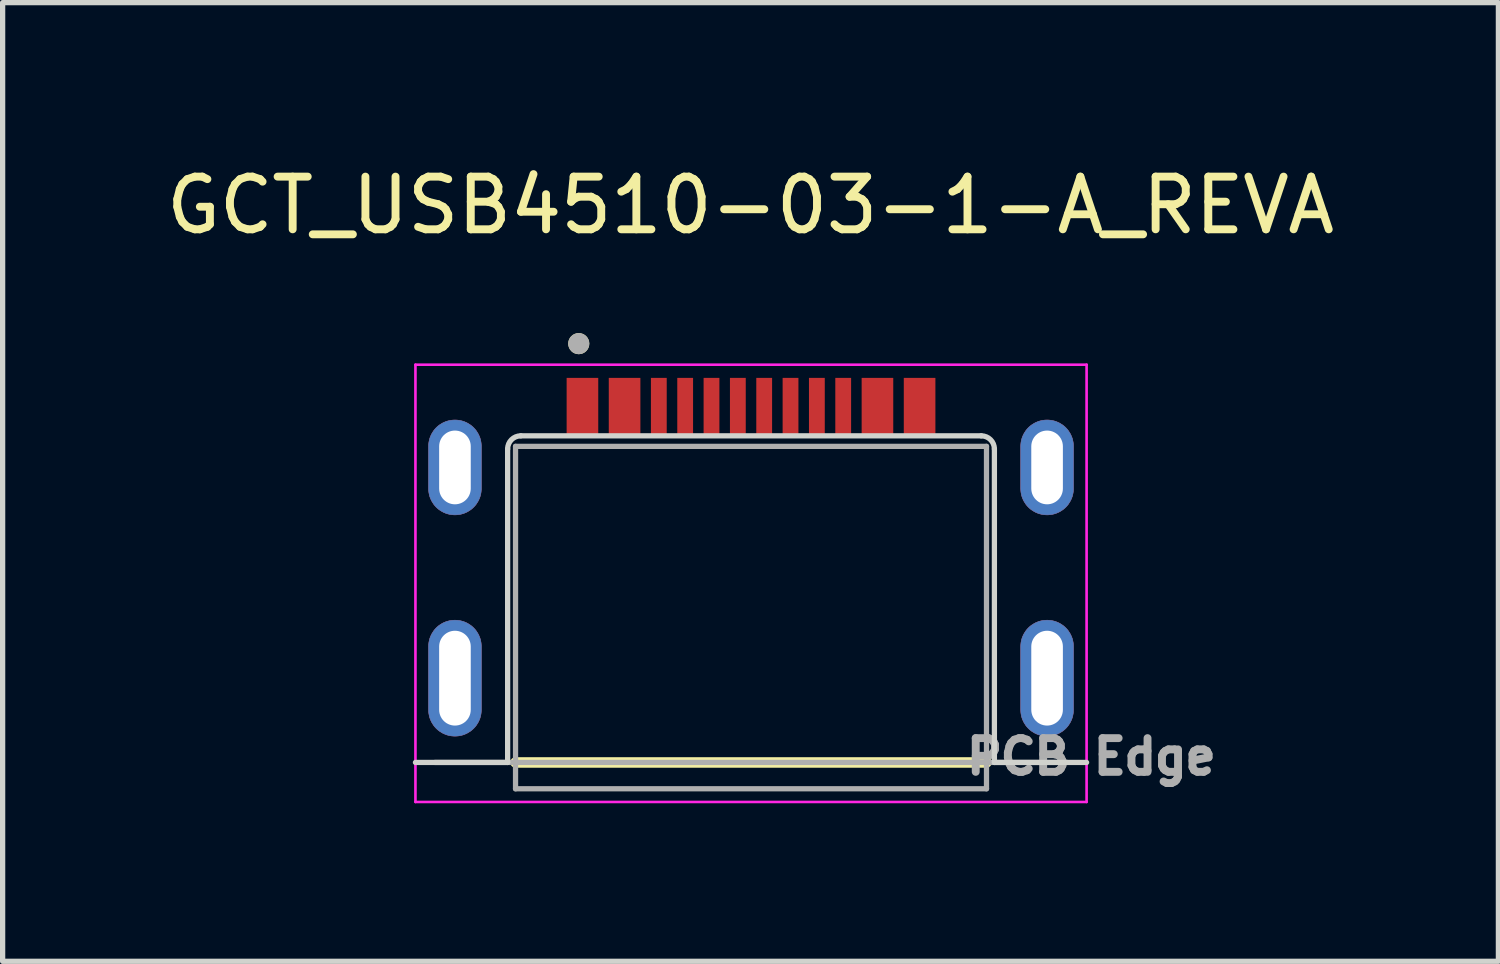
<source format=kicad_pcb>
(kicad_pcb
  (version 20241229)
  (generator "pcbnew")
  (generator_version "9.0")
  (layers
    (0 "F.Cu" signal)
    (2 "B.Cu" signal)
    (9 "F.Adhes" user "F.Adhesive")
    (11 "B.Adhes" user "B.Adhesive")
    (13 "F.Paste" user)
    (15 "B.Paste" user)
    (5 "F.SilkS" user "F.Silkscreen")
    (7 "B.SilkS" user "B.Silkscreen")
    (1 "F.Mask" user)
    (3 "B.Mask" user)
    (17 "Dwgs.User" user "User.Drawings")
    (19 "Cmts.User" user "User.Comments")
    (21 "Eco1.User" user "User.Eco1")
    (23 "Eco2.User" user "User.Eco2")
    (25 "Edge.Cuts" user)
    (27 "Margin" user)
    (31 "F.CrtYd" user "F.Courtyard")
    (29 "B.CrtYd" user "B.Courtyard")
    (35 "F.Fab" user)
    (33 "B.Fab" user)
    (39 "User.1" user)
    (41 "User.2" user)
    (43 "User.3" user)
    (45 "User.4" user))
  (footprint "GCT_USB4510-03-1-A_REVA"
    (layer "F.Cu")
    (at 11.206 9.823)
    (property "Reference" "GCT_USB4510-03-1-A_REVA" (at -0.01 -8.975 0) (layer "F.SilkS") (effects (font (size 1 1) (thickness 0.15))))
    (attr smd)
    (fp_poly (pts (xy -5.62 -3.1) (xy -5.646 -3.101) (xy -5.672 -3.103) (xy -5.698 -3.106) (xy -5.724 -3.111) (xy -5.749 -3.117) (xy -5.775 -3.124) (xy -5.799 -3.133) (xy -5.823 -3.143) (xy -5.847 -3.154) (xy -5.87 -3.167) (xy -5.892 -3.181) (xy -5.914 -3.195) (xy -5.935 -3.211) (xy -5.955 -3.228) (xy -5.974 -3.246) (xy -5.992 -3.265) (xy -6.009 -3.285) (xy -6.025 -3.306) (xy -6.039 -3.328) (xy -6.053 -3.35) (xy -6.066 -3.373) (xy -6.077 -3.397) (xy -6.087 -3.421) (xy -6.096 -3.445) (xy -6.103 -3.471) (xy -6.109 -3.496) (xy -6.114 -3.522) (xy -6.117 -3.548) (xy -6.119 -3.574) (xy -6.12 -3.6) (xy -6.12 -4.4) (xy -6.119 -4.426) (xy -6.117 -4.452) (xy -6.114 -4.478) (xy -6.109 -4.504) (xy -6.103 -4.529) (xy -6.096 -4.555) (xy -6.087 -4.579) (xy -6.077 -4.603) (xy -6.066 -4.627) (xy -6.053 -4.65) (xy -6.039 -4.672) (xy -6.025 -4.694) (xy -6.009 -4.715) (xy -5.992 -4.735) (xy -5.974 -4.754) (xy -5.955 -4.772) (xy -5.935 -4.789) (xy -5.914 -4.805) (xy -5.892 -4.819) (xy -5.87 -4.833) (xy -5.847 -4.846) (xy -5.823 -4.857) (xy -5.799 -4.867) (xy -5.775 -4.876) (xy -5.749 -4.883) (xy -5.724 -4.889) (xy -5.698 -4.894) (xy -5.672 -4.897) (xy -5.646 -4.899) (xy -5.62 -4.9) (xy -5.594 -4.899) (xy -5.568 -4.897) (xy -5.542 -4.894) (xy -5.516 -4.889) (xy -5.491 -4.883) (xy -5.465 -4.876) (xy -5.441 -4.867) (xy -5.417 -4.857) (xy -5.393 -4.846) (xy -5.37 -4.833) (xy -5.348 -4.819) (xy -5.326 -4.805) (xy -5.305 -4.789) (xy -5.285 -4.772) (xy -5.266 -4.754) (xy -5.248 -4.735) (xy -5.231 -4.715) (xy -5.215 -4.694) (xy -5.201 -4.672) (xy -5.187 -4.65) (xy -5.174 -4.627) (xy -5.163 -4.603) (xy -5.153 -4.579) (xy -5.144 -4.555) (xy -5.137 -4.529) (xy -5.131 -4.504) (xy -5.126 -4.478) (xy -5.123 -4.452) (xy -5.121 -4.426) (xy -5.12 -4.4) (xy -5.12 -3.6) (xy -5.121 -3.574) (xy -5.123 -3.548) (xy -5.126 -3.522) (xy -5.131 -3.496) (xy -5.137 -3.471) (xy -5.144 -3.445) (xy -5.153 -3.421) (xy -5.163 -3.397) (xy -5.174 -3.373) (xy -5.187 -3.35) (xy -5.201 -3.328) (xy -5.215 -3.306) (xy -5.231 -3.285) (xy -5.248 -3.265) (xy -5.266 -3.246) (xy -5.285 -3.228) (xy -5.305 -3.211) (xy -5.326 -3.195) (xy -5.348 -3.181) (xy -5.37 -3.167) (xy -5.393 -3.154) (xy -5.417 -3.143) (xy -5.441 -3.133) (xy -5.465 -3.124) (xy -5.491 -3.117) (xy -5.516 -3.111) (xy -5.542 -3.106) (xy -5.568 -3.103) (xy -5.594 -3.101) (xy -5.62 -3.1)) (stroke (width 0.01) (type solid)) (fill yes) (layer "F.Cu"))
    (fp_poly (pts (xy -5.62 1.1) (xy -5.646 1.099) (xy -5.672 1.097) (xy -5.698 1.094) (xy -5.724 1.089) (xy -5.749 1.083) (xy -5.775 1.076) (xy -5.799 1.067) (xy -5.823 1.057) (xy -5.847 1.046) (xy -5.87 1.033) (xy -5.892 1.019) (xy -5.914 1.005) (xy -5.935 0.989) (xy -5.955 0.972) (xy -5.974 0.954) (xy -5.992 0.935) (xy -6.009 0.915) (xy -6.025 0.894) (xy -6.039 0.872) (xy -6.053 0.85) (xy -6.066 0.827) (xy -6.077 0.803) (xy -6.087 0.779) (xy -6.096 0.755) (xy -6.103 0.729) (xy -6.109 0.704) (xy -6.114 0.678) (xy -6.117 0.652) (xy -6.119 0.626) (xy -6.12 0.6) (xy -6.12 -0.6) (xy -6.119 -0.626) (xy -6.117 -0.652) (xy -6.114 -0.678) (xy -6.109 -0.704) (xy -6.103 -0.729) (xy -6.096 -0.755) (xy -6.087 -0.779) (xy -6.077 -0.803) (xy -6.066 -0.827) (xy -6.053 -0.85) (xy -6.039 -0.872) (xy -6.025 -0.894) (xy -6.009 -0.915) (xy -5.992 -0.935) (xy -5.974 -0.954) (xy -5.955 -0.972) (xy -5.935 -0.989) (xy -5.914 -1.005) (xy -5.892 -1.019) (xy -5.87 -1.033) (xy -5.847 -1.046) (xy -5.823 -1.057) (xy -5.799 -1.067) (xy -5.775 -1.076) (xy -5.749 -1.083) (xy -5.724 -1.089) (xy -5.698 -1.094) (xy -5.672 -1.097) (xy -5.646 -1.099) (xy -5.62 -1.1) (xy -5.594 -1.099) (xy -5.568 -1.097) (xy -5.542 -1.094) (xy -5.516 -1.089) (xy -5.491 -1.083) (xy -5.465 -1.076) (xy -5.441 -1.067) (xy -5.417 -1.057) (xy -5.393 -1.046) (xy -5.37 -1.033) (xy -5.348 -1.019) (xy -5.326 -1.005) (xy -5.305 -0.989) (xy -5.285 -0.972) (xy -5.266 -0.954) (xy -5.248 -0.935) (xy -5.231 -0.915) (xy -5.215 -0.894) (xy -5.201 -0.872) (xy -5.187 -0.85) (xy -5.174 -0.827) (xy -5.163 -0.803) (xy -5.153 -0.779) (xy -5.144 -0.755) (xy -5.137 -0.729) (xy -5.131 -0.704) (xy -5.126 -0.678) (xy -5.123 -0.652) (xy -5.121 -0.626) (xy -5.12 -0.6) (xy -5.12 0.6) (xy -5.121 0.626) (xy -5.123 0.652) (xy -5.126 0.678) (xy -5.131 0.704) (xy -5.137 0.729) (xy -5.144 0.755) (xy -5.153 0.779) (xy -5.163 0.803) (xy -5.174 0.827) (xy -5.187 0.85) (xy -5.201 0.872) (xy -5.215 0.894) (xy -5.231 0.915) (xy -5.248 0.935) (xy -5.266 0.954) (xy -5.285 0.972) (xy -5.305 0.989) (xy -5.326 1.005) (xy -5.348 1.019) (xy -5.37 1.033) (xy -5.393 1.046) (xy -5.417 1.057) (xy -5.441 1.067) (xy -5.465 1.076) (xy -5.491 1.083) (xy -5.516 1.089) (xy -5.542 1.094) (xy -5.568 1.097) (xy -5.594 1.099) (xy -5.62 1.1)) (stroke (width 0.01) (type solid)) (fill yes) (layer "F.Cu"))
    (fp_poly (pts (xy 5.62 -3.1) (xy 5.594 -3.101) (xy 5.568 -3.103) (xy 5.542 -3.106) (xy 5.516 -3.111) (xy 5.491 -3.117) (xy 5.465 -3.124) (xy 5.441 -3.133) (xy 5.417 -3.143) (xy 5.393 -3.154) (xy 5.37 -3.167) (xy 5.348 -3.181) (xy 5.326 -3.195) (xy 5.305 -3.211) (xy 5.285 -3.228) (xy 5.266 -3.246) (xy 5.248 -3.265) (xy 5.231 -3.285) (xy 5.215 -3.306) (xy 5.201 -3.328) (xy 5.187 -3.35) (xy 5.174 -3.373) (xy 5.163 -3.397) (xy 5.153 -3.421) (xy 5.144 -3.445) (xy 5.137 -3.471) (xy 5.131 -3.496) (xy 5.126 -3.522) (xy 5.123 -3.548) (xy 5.121 -3.574) (xy 5.12 -3.6) (xy 5.12 -4.4) (xy 5.121 -4.426) (xy 5.123 -4.452) (xy 5.126 -4.478) (xy 5.131 -4.504) (xy 5.137 -4.529) (xy 5.144 -4.555) (xy 5.153 -4.579) (xy 5.163 -4.603) (xy 5.174 -4.627) (xy 5.187 -4.65) (xy 5.201 -4.672) (xy 5.215 -4.694) (xy 5.231 -4.715) (xy 5.248 -4.735) (xy 5.266 -4.754) (xy 5.285 -4.772) (xy 5.305 -4.789) (xy 5.326 -4.805) (xy 5.348 -4.819) (xy 5.37 -4.833) (xy 5.393 -4.846) (xy 5.417 -4.857) (xy 5.441 -4.867) (xy 5.465 -4.876) (xy 5.491 -4.883) (xy 5.516 -4.889) (xy 5.542 -4.894) (xy 5.568 -4.897) (xy 5.594 -4.899) (xy 5.62 -4.9) (xy 5.646 -4.899) (xy 5.672 -4.897) (xy 5.698 -4.894) (xy 5.724 -4.889) (xy 5.749 -4.883) (xy 5.775 -4.876) (xy 5.799 -4.867) (xy 5.823 -4.857) (xy 5.847 -4.846) (xy 5.87 -4.833) (xy 5.892 -4.819) (xy 5.914 -4.805) (xy 5.935 -4.789) (xy 5.955 -4.772) (xy 5.974 -4.754) (xy 5.992 -4.735) (xy 6.009 -4.715) (xy 6.025 -4.694) (xy 6.039 -4.672) (xy 6.053 -4.65) (xy 6.066 -4.627) (xy 6.077 -4.603) (xy 6.087 -4.579) (xy 6.096 -4.555) (xy 6.103 -4.529) (xy 6.109 -4.504) (xy 6.114 -4.478) (xy 6.117 -4.452) (xy 6.119 -4.426) (xy 6.12 -4.4) (xy 6.12 -3.6) (xy 6.119 -3.574) (xy 6.117 -3.548) (xy 6.114 -3.522) (xy 6.109 -3.496) (xy 6.103 -3.471) (xy 6.096 -3.445) (xy 6.087 -3.421) (xy 6.077 -3.397) (xy 6.066 -3.373) (xy 6.053 -3.35) (xy 6.039 -3.328) (xy 6.025 -3.306) (xy 6.009 -3.285) (xy 5.992 -3.265) (xy 5.974 -3.246) (xy 5.955 -3.228) (xy 5.935 -3.211) (xy 5.914 -3.195) (xy 5.892 -3.181) (xy 5.87 -3.167) (xy 5.847 -3.154) (xy 5.823 -3.143) (xy 5.799 -3.133) (xy 5.775 -3.124) (xy 5.749 -3.117) (xy 5.724 -3.111) (xy 5.698 -3.106) (xy 5.672 -3.103) (xy 5.646 -3.101) (xy 5.62 -3.1)) (stroke (width 0.01) (type solid)) (fill yes) (layer "F.Cu"))
    (fp_poly (pts (xy 5.62 1.1) (xy 5.594 1.099) (xy 5.568 1.097) (xy 5.542 1.094) (xy 5.516 1.089) (xy 5.491 1.083) (xy 5.465 1.076) (xy 5.441 1.067) (xy 5.417 1.057) (xy 5.393 1.046) (xy 5.37 1.033) (xy 5.348 1.019) (xy 5.326 1.005) (xy 5.305 0.989) (xy 5.285 0.972) (xy 5.266 0.954) (xy 5.248 0.935) (xy 5.231 0.915) (xy 5.215 0.894) (xy 5.201 0.872) (xy 5.187 0.85) (xy 5.174 0.827) (xy 5.163 0.803) (xy 5.153 0.779) (xy 5.144 0.755) (xy 5.137 0.729) (xy 5.131 0.704) (xy 5.126 0.678) (xy 5.123 0.652) (xy 5.121 0.626) (xy 5.12 0.6) (xy 5.12 -0.6) (xy 5.121 -0.626) (xy 5.123 -0.652) (xy 5.126 -0.678) (xy 5.131 -0.704) (xy 5.137 -0.729) (xy 5.144 -0.755) (xy 5.153 -0.779) (xy 5.163 -0.803) (xy 5.174 -0.827) (xy 5.187 -0.85) (xy 5.201 -0.872) (xy 5.215 -0.894) (xy 5.231 -0.915) (xy 5.248 -0.935) (xy 5.266 -0.954) (xy 5.285 -0.972) (xy 5.305 -0.989) (xy 5.326 -1.005) (xy 5.348 -1.019) (xy 5.37 -1.033) (xy 5.393 -1.046) (xy 5.417 -1.057) (xy 5.441 -1.067) (xy 5.465 -1.076) (xy 5.491 -1.083) (xy 5.516 -1.089) (xy 5.542 -1.094) (xy 5.568 -1.097) (xy 5.594 -1.099) (xy 5.62 -1.1) (xy 5.646 -1.099) (xy 5.672 -1.097) (xy 5.698 -1.094) (xy 5.724 -1.089) (xy 5.749 -1.083) (xy 5.775 -1.076) (xy 5.799 -1.067) (xy 5.823 -1.057) (xy 5.847 -1.046) (xy 5.87 -1.033) (xy 5.892 -1.019) (xy 5.914 -1.005) (xy 5.935 -0.989) (xy 5.955 -0.972) (xy 5.974 -0.954) (xy 5.992 -0.935) (xy 6.009 -0.915) (xy 6.025 -0.894) (xy 6.039 -0.872) (xy 6.053 -0.85) (xy 6.066 -0.827) (xy 6.077 -0.803) (xy 6.087 -0.779) (xy 6.096 -0.755) (xy 6.103 -0.729) (xy 6.109 -0.704) (xy 6.114 -0.678) (xy 6.117 -0.652) (xy 6.119 -0.626) (xy 6.12 -0.6) (xy 6.12 0.6) (xy 6.119 0.626) (xy 6.117 0.652) (xy 6.114 0.678) (xy 6.109 0.704) (xy 6.103 0.729) (xy 6.096 0.755) (xy 6.087 0.779) (xy 6.077 0.803) (xy 6.066 0.827) (xy 6.053 0.85) (xy 6.039 0.872) (xy 6.025 0.894) (xy 6.009 0.915) (xy 5.992 0.935) (xy 5.974 0.954) (xy 5.955 0.972) (xy 5.935 0.989) (xy 5.914 1.005) (xy 5.892 1.019) (xy 5.87 1.033) (xy 5.847 1.046) (xy 5.823 1.057) (xy 5.799 1.067) (xy 5.775 1.076) (xy 5.749 1.083) (xy 5.724 1.089) (xy 5.698 1.094) (xy 5.672 1.097) (xy 5.646 1.099) (xy 5.62 1.1)) (stroke (width 0.01) (type solid)) (fill yes) (layer "F.Cu"))
    (fp_poly (pts (xy -6.22 -3.6) (xy -6.22 -4.4) (xy -6.219 -4.431) (xy -6.217 -4.463) (xy -6.213 -4.494) (xy -6.207 -4.525) (xy -6.2 -4.555) (xy -6.191 -4.585) (xy -6.18 -4.615) (xy -6.168 -4.644) (xy -6.155 -4.672) (xy -6.14 -4.7) (xy -6.123 -4.727) (xy -6.105 -4.753) (xy -6.086 -4.778) (xy -6.066 -4.801) (xy -6.044 -4.824) (xy -6.021 -4.846) (xy -5.998 -4.866) (xy -5.973 -4.885) (xy -5.947 -4.903) (xy -5.92 -4.92) (xy -5.892 -4.935) (xy -5.864 -4.948) (xy -5.835 -4.96) (xy -5.805 -4.971) (xy -5.775 -4.98) (xy -5.745 -4.987) (xy -5.714 -4.993) (xy -5.683 -4.997) (xy -5.651 -4.999) (xy -5.62 -5) (xy -5.589 -4.999) (xy -5.557 -4.997) (xy -5.526 -4.993) (xy -5.495 -4.987) (xy -5.465 -4.98) (xy -5.435 -4.971) (xy -5.405 -4.96) (xy -5.376 -4.948) (xy -5.348 -4.935) (xy -5.32 -4.92) (xy -5.293 -4.903) (xy -5.267 -4.885) (xy -5.242 -4.866) (xy -5.219 -4.846) (xy -5.196 -4.824) (xy -5.174 -4.801) (xy -5.154 -4.778) (xy -5.135 -4.753) (xy -5.117 -4.727) (xy -5.1 -4.7) (xy -5.085 -4.672) (xy -5.072 -4.644) (xy -5.06 -4.615) (xy -5.049 -4.585) (xy -5.04 -4.555) (xy -5.033 -4.525) (xy -5.027 -4.494) (xy -5.023 -4.463) (xy -5.021 -4.431) (xy -5.02 -4.4) (xy -5.02 -3.6) (xy -5.021 -3.569) (xy -5.023 -3.537) (xy -5.027 -3.506) (xy -5.033 -3.475) (xy -5.04 -3.445) (xy -5.049 -3.415) (xy -5.06 -3.385) (xy -5.072 -3.356) (xy -5.085 -3.328) (xy -5.1 -3.3) (xy -5.117 -3.273) (xy -5.135 -3.247) (xy -5.154 -3.222) (xy -5.174 -3.199) (xy -5.196 -3.176) (xy -5.219 -3.154) (xy -5.242 -3.134) (xy -5.267 -3.115) (xy -5.293 -3.097) (xy -5.32 -3.08) (xy -5.348 -3.065) (xy -5.376 -3.052) (xy -5.405 -3.04) (xy -5.435 -3.029) (xy -5.465 -3.02) (xy -5.495 -3.013) (xy -5.526 -3.007) (xy -5.557 -3.003) (xy -5.589 -3.001) (xy -5.62 -3) (xy -5.651 -3.001) (xy -5.683 -3.003) (xy -5.714 -3.007) (xy -5.745 -3.013) (xy -5.775 -3.02) (xy -5.805 -3.029) (xy -5.835 -3.04) (xy -5.864 -3.052) (xy -5.892 -3.065) (xy -5.92 -3.08) (xy -5.947 -3.097) (xy -5.973 -3.115) (xy -5.998 -3.134) (xy -6.021 -3.154) (xy -6.044 -3.176) (xy -6.066 -3.199) (xy -6.086 -3.222) (xy -6.105 -3.247) (xy -6.123 -3.273) (xy -6.14 -3.3) (xy -6.155 -3.328) (xy -6.168 -3.356) (xy -6.18 -3.385) (xy -6.191 -3.415) (xy -6.2 -3.445) (xy -6.207 -3.475) (xy -6.213 -3.506) (xy -6.217 -3.537) (xy -6.219 -3.569) (xy -6.22 -3.6)) (stroke (width 0.01) (type solid)) (fill yes) (layer "F.Mask"))
    (fp_poly (pts (xy -6.22 0.6) (xy -6.22 -0.6) (xy -6.219 -0.631) (xy -6.217 -0.663) (xy -6.213 -0.694) (xy -6.207 -0.725) (xy -6.2 -0.755) (xy -6.191 -0.785) (xy -6.18 -0.815) (xy -6.168 -0.844) (xy -6.155 -0.872) (xy -6.14 -0.9) (xy -6.123 -0.927) (xy -6.105 -0.953) (xy -6.086 -0.978) (xy -6.066 -1.001) (xy -6.044 -1.024) (xy -6.021 -1.046) (xy -5.998 -1.066) (xy -5.973 -1.085) (xy -5.947 -1.103) (xy -5.92 -1.12) (xy -5.892 -1.135) (xy -5.864 -1.148) (xy -5.835 -1.16) (xy -5.805 -1.171) (xy -5.775 -1.18) (xy -5.745 -1.187) (xy -5.714 -1.193) (xy -5.683 -1.197) (xy -5.651 -1.199) (xy -5.62 -1.2) (xy -5.589 -1.199) (xy -5.557 -1.197) (xy -5.526 -1.193) (xy -5.495 -1.187) (xy -5.465 -1.18) (xy -5.435 -1.171) (xy -5.405 -1.16) (xy -5.376 -1.148) (xy -5.348 -1.135) (xy -5.32 -1.12) (xy -5.293 -1.103) (xy -5.267 -1.085) (xy -5.242 -1.066) (xy -5.219 -1.046) (xy -5.196 -1.024) (xy -5.174 -1.001) (xy -5.154 -0.978) (xy -5.135 -0.953) (xy -5.117 -0.927) (xy -5.1 -0.9) (xy -5.085 -0.872) (xy -5.072 -0.844) (xy -5.06 -0.815) (xy -5.049 -0.785) (xy -5.04 -0.755) (xy -5.033 -0.725) (xy -5.027 -0.694) (xy -5.023 -0.663) (xy -5.021 -0.631) (xy -5.02 -0.6) (xy -5.02 0.6) (xy -5.021 0.631) (xy -5.023 0.663) (xy -5.027 0.694) (xy -5.033 0.725) (xy -5.04 0.755) (xy -5.049 0.785) (xy -5.06 0.815) (xy -5.072 0.844) (xy -5.085 0.872) (xy -5.1 0.9) (xy -5.117 0.927) (xy -5.135 0.953) (xy -5.154 0.978) (xy -5.174 1.001) (xy -5.196 1.024) (xy -5.219 1.046) (xy -5.242 1.066) (xy -5.267 1.085) (xy -5.293 1.103) (xy -5.32 1.12) (xy -5.348 1.135) (xy -5.376 1.148) (xy -5.405 1.16) (xy -5.435 1.171) (xy -5.465 1.18) (xy -5.495 1.187) (xy -5.526 1.193) (xy -5.557 1.197) (xy -5.589 1.199) (xy -5.62 1.2) (xy -5.651 1.199) (xy -5.683 1.197) (xy -5.714 1.193) (xy -5.745 1.187) (xy -5.775 1.18) (xy -5.805 1.171) (xy -5.835 1.16) (xy -5.864 1.148) (xy -5.892 1.135) (xy -5.92 1.12) (xy -5.947 1.103) (xy -5.973 1.085) (xy -5.998 1.066) (xy -6.021 1.046) (xy -6.044 1.024) (xy -6.066 1.001) (xy -6.086 0.978) (xy -6.105 0.953) (xy -6.123 0.927) (xy -6.14 0.9) (xy -6.155 0.872) (xy -6.168 0.844) (xy -6.18 0.815) (xy -6.191 0.785) (xy -6.2 0.755) (xy -6.207 0.725) (xy -6.213 0.694) (xy -6.217 0.663) (xy -6.219 0.631) (xy -6.22 0.6)) (stroke (width 0.01) (type solid)) (fill yes) (layer "F.Mask"))
    (fp_poly (pts (xy 5.02 -3.6) (xy 5.02 -4.4) (xy 5.021 -4.431) (xy 5.023 -4.463) (xy 5.027 -4.494) (xy 5.033 -4.525) (xy 5.04 -4.555) (xy 5.049 -4.585) (xy 5.06 -4.615) (xy 5.072 -4.644) (xy 5.085 -4.672) (xy 5.1 -4.7) (xy 5.117 -4.727) (xy 5.135 -4.753) (xy 5.154 -4.778) (xy 5.174 -4.801) (xy 5.196 -4.824) (xy 5.219 -4.846) (xy 5.242 -4.866) (xy 5.267 -4.885) (xy 5.293 -4.903) (xy 5.32 -4.92) (xy 5.348 -4.935) (xy 5.376 -4.948) (xy 5.405 -4.96) (xy 5.435 -4.971) (xy 5.465 -4.98) (xy 5.495 -4.987) (xy 5.526 -4.993) (xy 5.557 -4.997) (xy 5.589 -4.999) (xy 5.62 -5) (xy 5.651 -4.999) (xy 5.683 -4.997) (xy 5.714 -4.993) (xy 5.745 -4.987) (xy 5.775 -4.98) (xy 5.805 -4.971) (xy 5.835 -4.96) (xy 5.864 -4.948) (xy 5.892 -4.935) (xy 5.92 -4.92) (xy 5.947 -4.903) (xy 5.973 -4.885) (xy 5.998 -4.866) (xy 6.021 -4.846) (xy 6.044 -4.824) (xy 6.066 -4.801) (xy 6.086 -4.778) (xy 6.105 -4.753) (xy 6.123 -4.727) (xy 6.14 -4.7) (xy 6.155 -4.672) (xy 6.168 -4.644) (xy 6.18 -4.615) (xy 6.191 -4.585) (xy 6.2 -4.555) (xy 6.207 -4.525) (xy 6.213 -4.494) (xy 6.217 -4.463) (xy 6.219 -4.431) (xy 6.22 -4.4) (xy 6.22 -3.6) (xy 6.219 -3.569) (xy 6.217 -3.537) (xy 6.213 -3.506) (xy 6.207 -3.475) (xy 6.2 -3.445) (xy 6.191 -3.415) (xy 6.18 -3.385) (xy 6.168 -3.356) (xy 6.155 -3.328) (xy 6.14 -3.3) (xy 6.123 -3.273) (xy 6.105 -3.247) (xy 6.086 -3.222) (xy 6.066 -3.199) (xy 6.044 -3.176) (xy 6.021 -3.154) (xy 5.998 -3.134) (xy 5.973 -3.115) (xy 5.947 -3.097) (xy 5.92 -3.08) (xy 5.892 -3.065) (xy 5.864 -3.052) (xy 5.835 -3.04) (xy 5.805 -3.029) (xy 5.775 -3.02) (xy 5.745 -3.013) (xy 5.714 -3.007) (xy 5.683 -3.003) (xy 5.651 -3.001) (xy 5.62 -3) (xy 5.589 -3.001) (xy 5.557 -3.003) (xy 5.526 -3.007) (xy 5.495 -3.013) (xy 5.465 -3.02) (xy 5.435 -3.029) (xy 5.405 -3.04) (xy 5.376 -3.052) (xy 5.348 -3.065) (xy 5.32 -3.08) (xy 5.293 -3.097) (xy 5.267 -3.115) (xy 5.242 -3.134) (xy 5.219 -3.154) (xy 5.196 -3.176) (xy 5.174 -3.199) (xy 5.154 -3.222) (xy 5.135 -3.247) (xy 5.117 -3.273) (xy 5.1 -3.3) (xy 5.085 -3.328) (xy 5.072 -3.356) (xy 5.06 -3.385) (xy 5.049 -3.415) (xy 5.04 -3.445) (xy 5.033 -3.475) (xy 5.027 -3.506) (xy 5.023 -3.537) (xy 5.021 -3.569) (xy 5.02 -3.6)) (stroke (width 0.01) (type solid)) (fill yes) (layer "F.Mask"))
    (fp_poly (pts (xy 5.02 0) (xy 5.02 -0.6) (xy 5.021 -0.631) (xy 5.023 -0.663) (xy 5.027 -0.694) (xy 5.033 -0.725) (xy 5.04 -0.755) (xy 5.049 -0.785) (xy 5.06 -0.815) (xy 5.072 -0.844) (xy 5.085 -0.872) (xy 5.1 -0.9) (xy 5.117 -0.927) (xy 5.135 -0.953) (xy 5.154 -0.978) (xy 5.174 -1.001) (xy 5.196 -1.024) (xy 5.219 -1.046) (xy 5.242 -1.066) (xy 5.267 -1.085) (xy 5.293 -1.103) (xy 5.32 -1.12) (xy 5.348 -1.135) (xy 5.376 -1.148) (xy 5.405 -1.16) (xy 5.435 -1.171) (xy 5.465 -1.18) (xy 5.495 -1.187) (xy 5.526 -1.193) (xy 5.557 -1.197) (xy 5.589 -1.199) (xy 5.62 -1.2) (xy 5.651 -1.199) (xy 5.683 -1.197) (xy 5.714 -1.193) (xy 5.745 -1.187) (xy 5.775 -1.18) (xy 5.805 -1.171) (xy 5.835 -1.16) (xy 5.864 -1.148) (xy 5.892 -1.135) (xy 5.92 -1.12) (xy 5.947 -1.103) (xy 5.973 -1.085) (xy 5.998 -1.066) (xy 6.021 -1.046) (xy 6.044 -1.024) (xy 6.066 -1.001) (xy 6.086 -0.978) (xy 6.105 -0.953) (xy 6.123 -0.927) (xy 6.14 -0.9) (xy 6.155 -0.872) (xy 6.168 -0.844) (xy 6.18 -0.815) (xy 6.191 -0.785) (xy 6.2 -0.755) (xy 6.207 -0.725) (xy 6.213 -0.694) (xy 6.217 -0.663) (xy 6.219 -0.631) (xy 6.22 -0.6) (xy 6.22 0) (xy 6.22 0.6) (xy 6.219 0.631) (xy 6.217 0.663) (xy 6.213 0.694) (xy 6.207 0.725) (xy 6.2 0.755) (xy 6.191 0.785) (xy 6.18 0.815) (xy 6.168 0.844) (xy 6.155 0.872) (xy 6.14 0.9) (xy 6.123 0.927) (xy 6.105 0.953) (xy 6.086 0.978) (xy 6.066 1.001) (xy 6.044 1.024) (xy 6.021 1.046) (xy 5.998 1.066) (xy 5.973 1.085) (xy 5.947 1.103) (xy 5.92 1.12) (xy 5.892 1.135) (xy 5.864 1.148) (xy 5.835 1.16) (xy 5.805 1.171) (xy 5.775 1.18) (xy 5.745 1.187) (xy 5.714 1.193) (xy 5.683 1.197) (xy 5.651 1.199) (xy 5.62 1.2) (xy 5.589 1.199) (xy 5.557 1.197) (xy 5.526 1.193) (xy 5.495 1.187) (xy 5.465 1.18) (xy 5.435 1.171) (xy 5.405 1.16) (xy 5.376 1.148) (xy 5.348 1.135) (xy 5.32 1.12) (xy 5.293 1.103) (xy 5.267 1.085) (xy 5.242 1.066) (xy 5.219 1.046) (xy 5.196 1.024) (xy 5.174 1.001) (xy 5.154 0.978) (xy 5.135 0.953) (xy 5.117 0.927) (xy 5.1 0.9) (xy 5.085 0.872) (xy 5.072 0.844) (xy 5.06 0.815) (xy 5.049 0.785) (xy 5.04 0.755) (xy 5.033 0.725) (xy 5.027 0.694) (xy 5.023 0.663) (xy 5.021 0.631) (xy 5.02 0.6) (xy 5.02 0)) (stroke (width 0.01) (type solid)) (fill yes) (layer "F.Mask"))
    (fp_poly (pts (xy -5.62 -3.1) (xy -5.646 -3.101) (xy -5.672 -3.103) (xy -5.698 -3.106) (xy -5.724 -3.111) (xy -5.749 -3.117) (xy -5.775 -3.124) (xy -5.799 -3.133) (xy -5.823 -3.143) (xy -5.847 -3.154) (xy -5.87 -3.167) (xy -5.892 -3.181) (xy -5.914 -3.195) (xy -5.935 -3.211) (xy -5.955 -3.228) (xy -5.974 -3.246) (xy -5.992 -3.265) (xy -6.009 -3.285) (xy -6.025 -3.306) (xy -6.039 -3.328) (xy -6.053 -3.35) (xy -6.066 -3.373) (xy -6.077 -3.397) (xy -6.087 -3.421) (xy -6.096 -3.445) (xy -6.103 -3.471) (xy -6.109 -3.496) (xy -6.114 -3.522) (xy -6.117 -3.548) (xy -6.119 -3.574) (xy -6.12 -3.6) (xy -6.12 -4.4) (xy -6.119 -4.426) (xy -6.117 -4.452) (xy -6.114 -4.478) (xy -6.109 -4.504) (xy -6.103 -4.529) (xy -6.096 -4.555) (xy -6.087 -4.579) (xy -6.077 -4.603) (xy -6.066 -4.627) (xy -6.053 -4.65) (xy -6.039 -4.672) (xy -6.025 -4.694) (xy -6.009 -4.715) (xy -5.992 -4.735) (xy -5.974 -4.754) (xy -5.955 -4.772) (xy -5.935 -4.789) (xy -5.914 -4.805) (xy -5.892 -4.819) (xy -5.87 -4.833) (xy -5.847 -4.846) (xy -5.823 -4.857) (xy -5.799 -4.867) (xy -5.775 -4.876) (xy -5.749 -4.883) (xy -5.724 -4.889) (xy -5.698 -4.894) (xy -5.672 -4.897) (xy -5.646 -4.899) (xy -5.62 -4.9) (xy -5.594 -4.899) (xy -5.568 -4.897) (xy -5.542 -4.894) (xy -5.516 -4.889) (xy -5.491 -4.883) (xy -5.465 -4.876) (xy -5.441 -4.867) (xy -5.417 -4.857) (xy -5.393 -4.846) (xy -5.37 -4.833) (xy -5.348 -4.819) (xy -5.326 -4.805) (xy -5.305 -4.789) (xy -5.285 -4.772) (xy -5.266 -4.754) (xy -5.248 -4.735) (xy -5.231 -4.715) (xy -5.215 -4.694) (xy -5.201 -4.672) (xy -5.187 -4.65) (xy -5.174 -4.627) (xy -5.163 -4.603) (xy -5.153 -4.579) (xy -5.144 -4.555) (xy -5.137 -4.529) (xy -5.131 -4.504) (xy -5.126 -4.478) (xy -5.123 -4.452) (xy -5.121 -4.426) (xy -5.12 -4.4) (xy -5.12 -3.6) (xy -5.121 -3.574) (xy -5.123 -3.548) (xy -5.126 -3.522) (xy -5.131 -3.496) (xy -5.137 -3.471) (xy -5.144 -3.445) (xy -5.153 -3.421) (xy -5.163 -3.397) (xy -5.174 -3.373) (xy -5.187 -3.35) (xy -5.201 -3.328) (xy -5.215 -3.306) (xy -5.231 -3.285) (xy -5.248 -3.265) (xy -5.266 -3.246) (xy -5.285 -3.228) (xy -5.305 -3.211) (xy -5.326 -3.195) (xy -5.348 -3.181) (xy -5.37 -3.167) (xy -5.393 -3.154) (xy -5.417 -3.143) (xy -5.441 -3.133) (xy -5.465 -3.124) (xy -5.491 -3.117) (xy -5.516 -3.111) (xy -5.542 -3.106) (xy -5.568 -3.103) (xy -5.594 -3.101) (xy -5.62 -3.1)) (stroke (width 0.01) (type solid)) (fill yes) (layer "B.Cu"))
    (fp_poly (pts (xy -5.62 1.1) (xy -5.646 1.099) (xy -5.672 1.097) (xy -5.698 1.094) (xy -5.724 1.089) (xy -5.749 1.083) (xy -5.775 1.076) (xy -5.799 1.067) (xy -5.823 1.057) (xy -5.847 1.046) (xy -5.87 1.033) (xy -5.892 1.019) (xy -5.914 1.005) (xy -5.935 0.989) (xy -5.955 0.972) (xy -5.974 0.954) (xy -5.992 0.935) (xy -6.009 0.915) (xy -6.025 0.894) (xy -6.039 0.872) (xy -6.053 0.85) (xy -6.066 0.827) (xy -6.077 0.803) (xy -6.087 0.779) (xy -6.096 0.755) (xy -6.103 0.729) (xy -6.109 0.704) (xy -6.114 0.678) (xy -6.117 0.652) (xy -6.119 0.626) (xy -6.12 0.6) (xy -6.12 -0.6) (xy -6.119 -0.626) (xy -6.117 -0.652) (xy -6.114 -0.678) (xy -6.109 -0.704) (xy -6.103 -0.729) (xy -6.096 -0.755) (xy -6.087 -0.779) (xy -6.077 -0.803) (xy -6.066 -0.827) (xy -6.053 -0.85) (xy -6.039 -0.872) (xy -6.025 -0.894) (xy -6.009 -0.915) (xy -5.992 -0.935) (xy -5.974 -0.954) (xy -5.955 -0.972) (xy -5.935 -0.989) (xy -5.914 -1.005) (xy -5.892 -1.019) (xy -5.87 -1.033) (xy -5.847 -1.046) (xy -5.823 -1.057) (xy -5.799 -1.067) (xy -5.775 -1.076) (xy -5.749 -1.083) (xy -5.724 -1.089) (xy -5.698 -1.094) (xy -5.672 -1.097) (xy -5.646 -1.099) (xy -5.62 -1.1) (xy -5.594 -1.099) (xy -5.568 -1.097) (xy -5.542 -1.094) (xy -5.516 -1.089) (xy -5.491 -1.083) (xy -5.465 -1.076) (xy -5.441 -1.067) (xy -5.417 -1.057) (xy -5.393 -1.046) (xy -5.37 -1.033) (xy -5.348 -1.019) (xy -5.326 -1.005) (xy -5.305 -0.989) (xy -5.285 -0.972) (xy -5.266 -0.954) (xy -5.248 -0.935) (xy -5.231 -0.915) (xy -5.215 -0.894) (xy -5.201 -0.872) (xy -5.187 -0.85) (xy -5.174 -0.827) (xy -5.163 -0.803) (xy -5.153 -0.779) (xy -5.144 -0.755) (xy -5.137 -0.729) (xy -5.131 -0.704) (xy -5.126 -0.678) (xy -5.123 -0.652) (xy -5.121 -0.626) (xy -5.12 -0.6) (xy -5.12 0.6) (xy -5.121 0.626) (xy -5.123 0.652) (xy -5.126 0.678) (xy -5.131 0.704) (xy -5.137 0.729) (xy -5.144 0.755) (xy -5.153 0.779) (xy -5.163 0.803) (xy -5.174 0.827) (xy -5.187 0.85) (xy -5.201 0.872) (xy -5.215 0.894) (xy -5.231 0.915) (xy -5.248 0.935) (xy -5.266 0.954) (xy -5.285 0.972) (xy -5.305 0.989) (xy -5.326 1.005) (xy -5.348 1.019) (xy -5.37 1.033) (xy -5.393 1.046) (xy -5.417 1.057) (xy -5.441 1.067) (xy -5.465 1.076) (xy -5.491 1.083) (xy -5.516 1.089) (xy -5.542 1.094) (xy -5.568 1.097) (xy -5.594 1.099) (xy -5.62 1.1)) (stroke (width 0.01) (type solid)) (fill yes) (layer "B.Cu"))
    (fp_poly (pts (xy 5.62 -3.1) (xy 5.594 -3.101) (xy 5.568 -3.103) (xy 5.542 -3.106) (xy 5.516 -3.111) (xy 5.491 -3.117) (xy 5.465 -3.124) (xy 5.441 -3.133) (xy 5.417 -3.143) (xy 5.393 -3.154) (xy 5.37 -3.167) (xy 5.348 -3.181) (xy 5.326 -3.195) (xy 5.305 -3.211) (xy 5.285 -3.228) (xy 5.266 -3.246) (xy 5.248 -3.265) (xy 5.231 -3.285) (xy 5.215 -3.306) (xy 5.201 -3.328) (xy 5.187 -3.35) (xy 5.174 -3.373) (xy 5.163 -3.397) (xy 5.153 -3.421) (xy 5.144 -3.445) (xy 5.137 -3.471) (xy 5.131 -3.496) (xy 5.126 -3.522) (xy 5.123 -3.548) (xy 5.121 -3.574) (xy 5.12 -3.6) (xy 5.12 -4.4) (xy 5.121 -4.426) (xy 5.123 -4.452) (xy 5.126 -4.478) (xy 5.131 -4.504) (xy 5.137 -4.529) (xy 5.144 -4.555) (xy 5.153 -4.579) (xy 5.163 -4.603) (xy 5.174 -4.627) (xy 5.187 -4.65) (xy 5.201 -4.672) (xy 5.215 -4.694) (xy 5.231 -4.715) (xy 5.248 -4.735) (xy 5.266 -4.754) (xy 5.285 -4.772) (xy 5.305 -4.789) (xy 5.326 -4.805) (xy 5.348 -4.819) (xy 5.37 -4.833) (xy 5.393 -4.846) (xy 5.417 -4.857) (xy 5.441 -4.867) (xy 5.465 -4.876) (xy 5.491 -4.883) (xy 5.516 -4.889) (xy 5.542 -4.894) (xy 5.568 -4.897) (xy 5.594 -4.899) (xy 5.62 -4.9) (xy 5.646 -4.899) (xy 5.672 -4.897) (xy 5.698 -4.894) (xy 5.724 -4.889) (xy 5.749 -4.883) (xy 5.775 -4.876) (xy 5.799 -4.867) (xy 5.823 -4.857) (xy 5.847 -4.846) (xy 5.87 -4.833) (xy 5.892 -4.819) (xy 5.914 -4.805) (xy 5.935 -4.789) (xy 5.955 -4.772) (xy 5.974 -4.754) (xy 5.992 -4.735) (xy 6.009 -4.715) (xy 6.025 -4.694) (xy 6.039 -4.672) (xy 6.053 -4.65) (xy 6.066 -4.627) (xy 6.077 -4.603) (xy 6.087 -4.579) (xy 6.096 -4.555) (xy 6.103 -4.529) (xy 6.109 -4.504) (xy 6.114 -4.478) (xy 6.117 -4.452) (xy 6.119 -4.426) (xy 6.12 -4.4) (xy 6.12 -3.6) (xy 6.119 -3.574) (xy 6.117 -3.548) (xy 6.114 -3.522) (xy 6.109 -3.496) (xy 6.103 -3.471) (xy 6.096 -3.445) (xy 6.087 -3.421) (xy 6.077 -3.397) (xy 6.066 -3.373) (xy 6.053 -3.35) (xy 6.039 -3.328) (xy 6.025 -3.306) (xy 6.009 -3.285) (xy 5.992 -3.265) (xy 5.974 -3.246) (xy 5.955 -3.228) (xy 5.935 -3.211) (xy 5.914 -3.195) (xy 5.892 -3.181) (xy 5.87 -3.167) (xy 5.847 -3.154) (xy 5.823 -3.143) (xy 5.799 -3.133) (xy 5.775 -3.124) (xy 5.749 -3.117) (xy 5.724 -3.111) (xy 5.698 -3.106) (xy 5.672 -3.103) (xy 5.646 -3.101) (xy 5.62 -3.1)) (stroke (width 0.01) (type solid)) (fill yes) (layer "B.Cu"))
    (fp_poly (pts (xy 5.62 1.1) (xy 5.594 1.099) (xy 5.568 1.097) (xy 5.542 1.094) (xy 5.516 1.089) (xy 5.491 1.083) (xy 5.465 1.076) (xy 5.441 1.067) (xy 5.417 1.057) (xy 5.393 1.046) (xy 5.37 1.033) (xy 5.348 1.019) (xy 5.326 1.005) (xy 5.305 0.989) (xy 5.285 0.972) (xy 5.266 0.954) (xy 5.248 0.935) (xy 5.231 0.915) (xy 5.215 0.894) (xy 5.201 0.872) (xy 5.187 0.85) (xy 5.174 0.827) (xy 5.163 0.803) (xy 5.153 0.779) (xy 5.144 0.755) (xy 5.137 0.729) (xy 5.131 0.704) (xy 5.126 0.678) (xy 5.123 0.652) (xy 5.121 0.626) (xy 5.12 0.6) (xy 5.12 -0.6) (xy 5.121 -0.626) (xy 5.123 -0.652) (xy 5.126 -0.678) (xy 5.131 -0.704) (xy 5.137 -0.729) (xy 5.144 -0.755) (xy 5.153 -0.779) (xy 5.163 -0.803) (xy 5.174 -0.827) (xy 5.187 -0.85) (xy 5.201 -0.872) (xy 5.215 -0.894) (xy 5.231 -0.915) (xy 5.248 -0.935) (xy 5.266 -0.954) (xy 5.285 -0.972) (xy 5.305 -0.989) (xy 5.326 -1.005) (xy 5.348 -1.019) (xy 5.37 -1.033) (xy 5.393 -1.046) (xy 5.417 -1.057) (xy 5.441 -1.067) (xy 5.465 -1.076) (xy 5.491 -1.083) (xy 5.516 -1.089) (xy 5.542 -1.094) (xy 5.568 -1.097) (xy 5.594 -1.099) (xy 5.62 -1.1) (xy 5.646 -1.099) (xy 5.672 -1.097) (xy 5.698 -1.094) (xy 5.724 -1.089) (xy 5.749 -1.083) (xy 5.775 -1.076) (xy 5.799 -1.067) (xy 5.823 -1.057) (xy 5.847 -1.046) (xy 5.87 -1.033) (xy 5.892 -1.019) (xy 5.914 -1.005) (xy 5.935 -0.989) (xy 5.955 -0.972) (xy 5.974 -0.954) (xy 5.992 -0.935) (xy 6.009 -0.915) (xy 6.025 -0.894) (xy 6.039 -0.872) (xy 6.053 -0.85) (xy 6.066 -0.827) (xy 6.077 -0.803) (xy 6.087 -0.779) (xy 6.096 -0.755) (xy 6.103 -0.729) (xy 6.109 -0.704) (xy 6.114 -0.678) (xy 6.117 -0.652) (xy 6.119 -0.626) (xy 6.12 -0.6) (xy 6.12 0.6) (xy 6.119 0.626) (xy 6.117 0.652) (xy 6.114 0.678) (xy 6.109 0.704) (xy 6.103 0.729) (xy 6.096 0.755) (xy 6.087 0.779) (xy 6.077 0.803) (xy 6.066 0.827) (xy 6.053 0.85) (xy 6.039 0.872) (xy 6.025 0.894) (xy 6.009 0.915) (xy 5.992 0.935) (xy 5.974 0.954) (xy 5.955 0.972) (xy 5.935 0.989) (xy 5.914 1.005) (xy 5.892 1.019) (xy 5.87 1.033) (xy 5.847 1.046) (xy 5.823 1.057) (xy 5.799 1.067) (xy 5.775 1.076) (xy 5.749 1.083) (xy 5.724 1.089) (xy 5.698 1.094) (xy 5.672 1.097) (xy 5.646 1.099) (xy 5.62 1.1)) (stroke (width 0.01) (type solid)) (fill yes) (layer "B.Cu"))
    (fp_poly (pts (xy -6.22 -3.6) (xy -6.22 -4.4) (xy -6.219 -4.431) (xy -6.217 -4.463) (xy -6.213 -4.494) (xy -6.207 -4.525) (xy -6.2 -4.555) (xy -6.191 -4.585) (xy -6.18 -4.615) (xy -6.168 -4.644) (xy -6.155 -4.672) (xy -6.14 -4.7) (xy -6.123 -4.727) (xy -6.105 -4.753) (xy -6.086 -4.778) (xy -6.066 -4.801) (xy -6.044 -4.824) (xy -6.021 -4.846) (xy -5.998 -4.866) (xy -5.973 -4.885) (xy -5.947 -4.903) (xy -5.92 -4.92) (xy -5.892 -4.935) (xy -5.864 -4.948) (xy -5.835 -4.96) (xy -5.805 -4.971) (xy -5.775 -4.98) (xy -5.745 -4.987) (xy -5.714 -4.993) (xy -5.683 -4.997) (xy -5.651 -4.999) (xy -5.62 -5) (xy -5.589 -4.999) (xy -5.557 -4.997) (xy -5.526 -4.993) (xy -5.495 -4.987) (xy -5.465 -4.98) (xy -5.435 -4.971) (xy -5.405 -4.96) (xy -5.376 -4.948) (xy -5.348 -4.935) (xy -5.32 -4.92) (xy -5.293 -4.903) (xy -5.267 -4.885) (xy -5.242 -4.866) (xy -5.219 -4.846) (xy -5.196 -4.824) (xy -5.174 -4.801) (xy -5.154 -4.778) (xy -5.135 -4.753) (xy -5.117 -4.727) (xy -5.1 -4.7) (xy -5.085 -4.672) (xy -5.072 -4.644) (xy -5.06 -4.615) (xy -5.049 -4.585) (xy -5.04 -4.555) (xy -5.033 -4.525) (xy -5.027 -4.494) (xy -5.023 -4.463) (xy -5.021 -4.431) (xy -5.02 -4.4) (xy -5.02 -3.6) (xy -5.021 -3.569) (xy -5.023 -3.537) (xy -5.027 -3.506) (xy -5.033 -3.475) (xy -5.04 -3.445) (xy -5.049 -3.415) (xy -5.06 -3.385) (xy -5.072 -3.356) (xy -5.085 -3.328) (xy -5.1 -3.3) (xy -5.117 -3.273) (xy -5.135 -3.247) (xy -5.154 -3.222) (xy -5.174 -3.199) (xy -5.196 -3.176) (xy -5.219 -3.154) (xy -5.242 -3.134) (xy -5.267 -3.115) (xy -5.293 -3.097) (xy -5.32 -3.08) (xy -5.348 -3.065) (xy -5.376 -3.052) (xy -5.405 -3.04) (xy -5.435 -3.029) (xy -5.465 -3.02) (xy -5.495 -3.013) (xy -5.526 -3.007) (xy -5.557 -3.003) (xy -5.589 -3.001) (xy -5.62 -3) (xy -5.651 -3.001) (xy -5.683 -3.003) (xy -5.714 -3.007) (xy -5.745 -3.013) (xy -5.775 -3.02) (xy -5.805 -3.029) (xy -5.835 -3.04) (xy -5.864 -3.052) (xy -5.892 -3.065) (xy -5.92 -3.08) (xy -5.947 -3.097) (xy -5.973 -3.115) (xy -5.998 -3.134) (xy -6.021 -3.154) (xy -6.044 -3.176) (xy -6.066 -3.199) (xy -6.086 -3.222) (xy -6.105 -3.247) (xy -6.123 -3.273) (xy -6.14 -3.3) (xy -6.155 -3.328) (xy -6.168 -3.356) (xy -6.18 -3.385) (xy -6.191 -3.415) (xy -6.2 -3.445) (xy -6.207 -3.475) (xy -6.213 -3.506) (xy -6.217 -3.537) (xy -6.219 -3.569) (xy -6.22 -3.6)) (stroke (width 0.01) (type solid)) (fill yes) (layer "B.Mask"))
    (fp_poly (pts (xy -6.22 0.6) (xy -6.22 -0.6) (xy -6.219 -0.631) (xy -6.217 -0.663) (xy -6.213 -0.694) (xy -6.207 -0.725) (xy -6.2 -0.755) (xy -6.191 -0.785) (xy -6.18 -0.815) (xy -6.168 -0.844) (xy -6.155 -0.872) (xy -6.14 -0.9) (xy -6.123 -0.927) (xy -6.105 -0.953) (xy -6.086 -0.978) (xy -6.066 -1.001) (xy -6.044 -1.024) (xy -6.021 -1.046) (xy -5.998 -1.066) (xy -5.973 -1.085) (xy -5.947 -1.103) (xy -5.92 -1.12) (xy -5.892 -1.135) (xy -5.864 -1.148) (xy -5.835 -1.16) (xy -5.805 -1.171) (xy -5.775 -1.18) (xy -5.745 -1.187) (xy -5.714 -1.193) (xy -5.683 -1.197) (xy -5.651 -1.199) (xy -5.62 -1.2) (xy -5.589 -1.199) (xy -5.557 -1.197) (xy -5.526 -1.193) (xy -5.495 -1.187) (xy -5.465 -1.18) (xy -5.435 -1.171) (xy -5.405 -1.16) (xy -5.376 -1.148) (xy -5.348 -1.135) (xy -5.32 -1.12) (xy -5.293 -1.103) (xy -5.267 -1.085) (xy -5.242 -1.066) (xy -5.219 -1.046) (xy -5.196 -1.024) (xy -5.174 -1.001) (xy -5.154 -0.978) (xy -5.135 -0.953) (xy -5.117 -0.927) (xy -5.1 -0.9) (xy -5.085 -0.872) (xy -5.072 -0.844) (xy -5.06 -0.815) (xy -5.049 -0.785) (xy -5.04 -0.755) (xy -5.033 -0.725) (xy -5.027 -0.694) (xy -5.023 -0.663) (xy -5.021 -0.631) (xy -5.02 -0.6) (xy -5.02 0.6) (xy -5.021 0.631) (xy -5.023 0.663) (xy -5.027 0.694) (xy -5.033 0.725) (xy -5.04 0.755) (xy -5.049 0.785) (xy -5.06 0.815) (xy -5.072 0.844) (xy -5.085 0.872) (xy -5.1 0.9) (xy -5.117 0.927) (xy -5.135 0.953) (xy -5.154 0.978) (xy -5.174 1.001) (xy -5.196 1.024) (xy -5.219 1.046) (xy -5.242 1.066) (xy -5.267 1.085) (xy -5.293 1.103) (xy -5.32 1.12) (xy -5.348 1.135) (xy -5.376 1.148) (xy -5.405 1.16) (xy -5.435 1.171) (xy -5.465 1.18) (xy -5.495 1.187) (xy -5.526 1.193) (xy -5.557 1.197) (xy -5.589 1.199) (xy -5.62 1.2) (xy -5.651 1.199) (xy -5.683 1.197) (xy -5.714 1.193) (xy -5.745 1.187) (xy -5.775 1.18) (xy -5.805 1.171) (xy -5.835 1.16) (xy -5.864 1.148) (xy -5.892 1.135) (xy -5.92 1.12) (xy -5.947 1.103) (xy -5.973 1.085) (xy -5.998 1.066) (xy -6.021 1.046) (xy -6.044 1.024) (xy -6.066 1.001) (xy -6.086 0.978) (xy -6.105 0.953) (xy -6.123 0.927) (xy -6.14 0.9) (xy -6.155 0.872) (xy -6.168 0.844) (xy -6.18 0.815) (xy -6.191 0.785) (xy -6.2 0.755) (xy -6.207 0.725) (xy -6.213 0.694) (xy -6.217 0.663) (xy -6.219 0.631) (xy -6.22 0.6)) (stroke (width 0.01) (type solid)) (fill yes) (layer "B.Mask"))
    (fp_poly (pts (xy 5.02 -3.6) (xy 5.02 -4.4) (xy 5.021 -4.431) (xy 5.023 -4.463) (xy 5.027 -4.494) (xy 5.033 -4.525) (xy 5.04 -4.555) (xy 5.049 -4.585) (xy 5.06 -4.615) (xy 5.072 -4.644) (xy 5.085 -4.672) (xy 5.1 -4.7) (xy 5.117 -4.727) (xy 5.135 -4.753) (xy 5.154 -4.778) (xy 5.174 -4.801) (xy 5.196 -4.824) (xy 5.219 -4.846) (xy 5.242 -4.866) (xy 5.267 -4.885) (xy 5.293 -4.903) (xy 5.32 -4.92) (xy 5.348 -4.935) (xy 5.376 -4.948) (xy 5.405 -4.96) (xy 5.435 -4.971) (xy 5.465 -4.98) (xy 5.495 -4.987) (xy 5.526 -4.993) (xy 5.557 -4.997) (xy 5.589 -4.999) (xy 5.62 -5) (xy 5.651 -4.999) (xy 5.683 -4.997) (xy 5.714 -4.993) (xy 5.745 -4.987) (xy 5.775 -4.98) (xy 5.805 -4.971) (xy 5.835 -4.96) (xy 5.864 -4.948) (xy 5.892 -4.935) (xy 5.92 -4.92) (xy 5.947 -4.903) (xy 5.973 -4.885) (xy 5.998 -4.866) (xy 6.021 -4.846) (xy 6.044 -4.824) (xy 6.066 -4.801) (xy 6.086 -4.778) (xy 6.105 -4.753) (xy 6.123 -4.727) (xy 6.14 -4.7) (xy 6.155 -4.672) (xy 6.168 -4.644) (xy 6.18 -4.615) (xy 6.191 -4.585) (xy 6.2 -4.555) (xy 6.207 -4.525) (xy 6.213 -4.494) (xy 6.217 -4.463) (xy 6.219 -4.431) (xy 6.22 -4.4) (xy 6.22 -3.6) (xy 6.219 -3.569) (xy 6.217 -3.537) (xy 6.213 -3.506) (xy 6.207 -3.475) (xy 6.2 -3.445) (xy 6.191 -3.415) (xy 6.18 -3.385) (xy 6.168 -3.356) (xy 6.155 -3.328) (xy 6.14 -3.3) (xy 6.123 -3.273) (xy 6.105 -3.247) (xy 6.086 -3.222) (xy 6.066 -3.199) (xy 6.044 -3.176) (xy 6.021 -3.154) (xy 5.998 -3.134) (xy 5.973 -3.115) (xy 5.947 -3.097) (xy 5.92 -3.08) (xy 5.892 -3.065) (xy 5.864 -3.052) (xy 5.835 -3.04) (xy 5.805 -3.029) (xy 5.775 -3.02) (xy 5.745 -3.013) (xy 5.714 -3.007) (xy 5.683 -3.003) (xy 5.651 -3.001) (xy 5.62 -3) (xy 5.589 -3.001) (xy 5.557 -3.003) (xy 5.526 -3.007) (xy 5.495 -3.013) (xy 5.465 -3.02) (xy 5.435 -3.029) (xy 5.405 -3.04) (xy 5.376 -3.052) (xy 5.348 -3.065) (xy 5.32 -3.08) (xy 5.293 -3.097) (xy 5.267 -3.115) (xy 5.242 -3.134) (xy 5.219 -3.154) (xy 5.196 -3.176) (xy 5.174 -3.199) (xy 5.154 -3.222) (xy 5.135 -3.247) (xy 5.117 -3.273) (xy 5.1 -3.3) (xy 5.085 -3.328) (xy 5.072 -3.356) (xy 5.06 -3.385) (xy 5.049 -3.415) (xy 5.04 -3.445) (xy 5.033 -3.475) (xy 5.027 -3.506) (xy 5.023 -3.537) (xy 5.021 -3.569) (xy 5.02 -3.6)) (stroke (width 0.01) (type solid)) (fill yes) (layer "B.Mask"))
    (fp_poly (pts (xy 5.02 0.6) (xy 5.02 -0.6) (xy 5.021 -0.631) (xy 5.023 -0.663) (xy 5.027 -0.694) (xy 5.033 -0.725) (xy 5.04 -0.755) (xy 5.049 -0.785) (xy 5.06 -0.815) (xy 5.072 -0.844) (xy 5.085 -0.872) (xy 5.1 -0.9) (xy 5.117 -0.927) (xy 5.135 -0.953) (xy 5.154 -0.978) (xy 5.174 -1.001) (xy 5.196 -1.024) (xy 5.219 -1.046) (xy 5.242 -1.066) (xy 5.267 -1.085) (xy 5.293 -1.103) (xy 5.32 -1.12) (xy 5.348 -1.135) (xy 5.376 -1.148) (xy 5.405 -1.16) (xy 5.435 -1.171) (xy 5.465 -1.18) (xy 5.495 -1.187) (xy 5.526 -1.193) (xy 5.557 -1.197) (xy 5.589 -1.199) (xy 5.62 -1.2) (xy 5.651 -1.199) (xy 5.683 -1.197) (xy 5.714 -1.193) (xy 5.745 -1.187) (xy 5.775 -1.18) (xy 5.805 -1.171) (xy 5.835 -1.16) (xy 5.864 -1.148) (xy 5.892 -1.135) (xy 5.92 -1.12) (xy 5.947 -1.103) (xy 5.973 -1.085) (xy 5.998 -1.066) (xy 6.021 -1.046) (xy 6.044 -1.024) (xy 6.066 -1.001) (xy 6.086 -0.978) (xy 6.105 -0.953) (xy 6.123 -0.927) (xy 6.14 -0.9) (xy 6.155 -0.872) (xy 6.168 -0.844) (xy 6.18 -0.815) (xy 6.191 -0.785) (xy 6.2 -0.755) (xy 6.207 -0.725) (xy 6.213 -0.694) (xy 6.217 -0.663) (xy 6.219 -0.631) (xy 6.22 -0.6) (xy 6.22 0.6) (xy 6.219 0.631) (xy 6.217 0.663) (xy 6.213 0.694) (xy 6.207 0.725) (xy 6.2 0.755) (xy 6.191 0.785) (xy 6.18 0.815) (xy 6.168 0.844) (xy 6.155 0.872) (xy 6.14 0.9) (xy 6.123 0.927) (xy 6.105 0.953) (xy 6.086 0.978) (xy 6.066 1.001) (xy 6.044 1.024) (xy 6.021 1.046) (xy 5.998 1.066) (xy 5.973 1.085) (xy 5.947 1.103) (xy 5.92 1.12) (xy 5.892 1.135) (xy 5.864 1.148) (xy 5.835 1.16) (xy 5.805 1.171) (xy 5.775 1.18) (xy 5.745 1.187) (xy 5.714 1.193) (xy 5.683 1.197) (xy 5.651 1.199) (xy 5.62 1.2) (xy 5.589 1.199) (xy 5.557 1.197) (xy 5.526 1.193) (xy 5.495 1.187) (xy 5.465 1.18) (xy 5.435 1.171) (xy 5.405 1.16) (xy 5.376 1.148) (xy 5.348 1.135) (xy 5.32 1.12) (xy 5.293 1.103) (xy 5.267 1.085) (xy 5.242 1.066) (xy 5.219 1.046) (xy 5.196 1.024) (xy 5.174 1.001) (xy 5.154 0.978) (xy 5.135 0.953) (xy 5.117 0.927) (xy 5.1 0.9) (xy 5.085 0.872) (xy 5.072 0.844) (xy 5.06 0.815) (xy 5.049 0.785) (xy 5.04 0.755) (xy 5.033 0.725) (xy 5.027 0.694) (xy 5.023 0.663) (xy 5.021 0.631) (xy 5.02 0.6)) (stroke (width 0.01) (type solid)) (fill yes) (layer "B.Mask"))
    (fp_line (start -4.47 1.6) (end 4.47 1.6) (stroke (width 0.2) (type solid)) (layer "F.SilkS"))
    (fp_circle (center -3.27 -6.35) (end -3.17 -6.35) (stroke (width 0.2) (type solid)) (fill no) (layer "F.SilkS"))
    (fp_line (start -6.37 1.6) (end -4.62 1.6) (stroke (width 0.1) (type solid)) (layer "Edge.Cuts"))
    (fp_line (start -4.62 1.6) (end -4.62 -4.35) (stroke (width 0.1) (type default)) (layer "Edge.Cuts"))
    (fp_line (start -4.37 -4.6) (end 4.37 -4.6) (stroke (width 0.1) (type solid)) (layer "Edge.Cuts"))
    (fp_line (start 4.62 -4.35) (end 4.62 1.6) (stroke (width 0.1) (type solid)) (layer "Edge.Cuts"))
    (fp_line (start 4.62 1.6) (end 6.37 1.6) (stroke (width 0.1) (type solid)) (layer "Edge.Cuts"))
    (fp_arc (start -4.62 -4.35) (mid -4.546777 -4.526777) (end -4.37 -4.6) (stroke (width 0.1) (type default)) (layer "Edge.Cuts"))
    (fp_arc (start 4.37 -4.6) (mid 4.546777 -4.526777) (end 4.62 -4.35) (stroke (width 0.1) (type default)) (layer "Edge.Cuts"))
    (fp_line (start -6.37 -5.95) (end 6.37 -5.95) (stroke (width 0.05) (type solid)) (layer "F.CrtYd"))
    (fp_line (start -6.37 2.35) (end -6.37 -5.95) (stroke (width 0.05) (type solid)) (layer "F.CrtYd"))
    (fp_line (start -6.37 2.35) (end 6.37 2.35) (stroke (width 0.05) (type solid)) (layer "F.CrtYd"))
    (fp_line (start 6.37 2.35) (end 6.37 -5.95) (stroke (width 0.05) (type solid)) (layer "F.CrtYd"))
    (fp_line (start -6 1.6) (end 6 1.6) (stroke (width 0.1) (type solid)) (layer "F.Fab"))
    (fp_line (start -4.47 -4.4) (end 4.47 -4.4) (stroke (width 0.1) (type solid)) (layer "F.Fab"))
    (fp_line (start -4.47 2.1) (end -4.47 -4.4) (stroke (width 0.1) (type solid)) (layer "F.Fab"))
    (fp_line (start -4.47 2.1) (end 4.47 2.1) (stroke (width 0.1) (type solid)) (layer "F.Fab"))
    (fp_line (start 4.47 2.1) (end 4.47 -4.4) (stroke (width 0.1) (type solid)) (layer "F.Fab"))
    (fp_circle (center -3.27 -6.35) (end -3.17 -6.35) (stroke (width 0.2) (type solid)) (fill no) (layer "F.Fab"))
    (fp_text user "PCB Edge" (at 6.46 1.49 0) (layer "F.Fab") (effects (font (size 0.64 0.64) (thickness 0.15))))
    (pad "A1_B12" smd rect (at -3.2 -5.15) (size 0.6 1.1) (layers "F.Cu" "F.Mask" "F.Paste"))
    (pad "A4_B9" smd rect (at -2.4 -5.15) (size 0.6 1.1) (layers "F.Cu" "F.Mask" "F.Paste"))
    (pad "A5" smd rect (at -1.25 -5.15) (size 0.3 1.1) (layers "F.Cu" "F.Mask" "F.Paste"))
    (pad "A6" smd rect (at -0.25 -5.15) (size 0.3 1.1) (layers "F.Cu" "F.Mask" "F.Paste"))
    (pad "A7" smd rect (at 0.25 -5.15) (size 0.3 1.1) (layers "F.Cu" "F.Mask" "F.Paste"))
    (pad "A8" smd rect (at 1.25 -5.15) (size 0.3 1.1) (layers "F.Cu" "F.Mask" "F.Paste"))
    (pad "B1_A12" smd rect (at 3.2 -5.15) (size 0.6 1.1) (layers "F.Cu" "F.Mask" "F.Paste"))
    (pad "B4_A9" smd rect (at 2.4 -5.15) (size 0.6 1.1) (layers "F.Cu" "F.Mask" "F.Paste"))
    (pad "B5" smd rect (at 1.75 -5.15) (size 0.3 1.1) (layers "F.Cu" "F.Mask" "F.Paste"))
    (pad "B6" smd rect (at 0.75 -5.15) (size 0.3 1.1) (layers "F.Cu" "F.Mask" "F.Paste"))
    (pad "B7" smd rect (at -0.75 -5.15) (size 0.3 1.1) (layers "F.Cu" "F.Mask" "F.Paste"))
    (pad "B8" smd rect (at -1.75 -5.15) (size 0.3 1.1) (layers "F.Cu" "F.Mask" "F.Paste"))
    (pad "S1" thru_hole oval (at -5.62 0) (size 0.95 1.9) (drill oval 0.6 1.8) (layers "*.Cu"))
    (pad "S2" thru_hole oval (at 5.62 -4) (size 0.8 1.6) (drill oval 0.6 1.4) (layers "*.Cu"))
    (pad "S3" thru_hole oval (at -5.62 -4) (size 0.8 1.6) (drill oval 0.6 1.4) (layers "*.Cu"))
    (pad "S4" thru_hole oval (at 5.62 0) (size 0.95 1.9) (drill oval 0.6 1.8) (layers "*.Cu")))
  (gr_rect
    (start -3 -3)
    (end 25.393 15.198)
    (stroke (width 0.1) (type default))
    (fill no)
    (layer "Edge.Cuts")))
</source>
